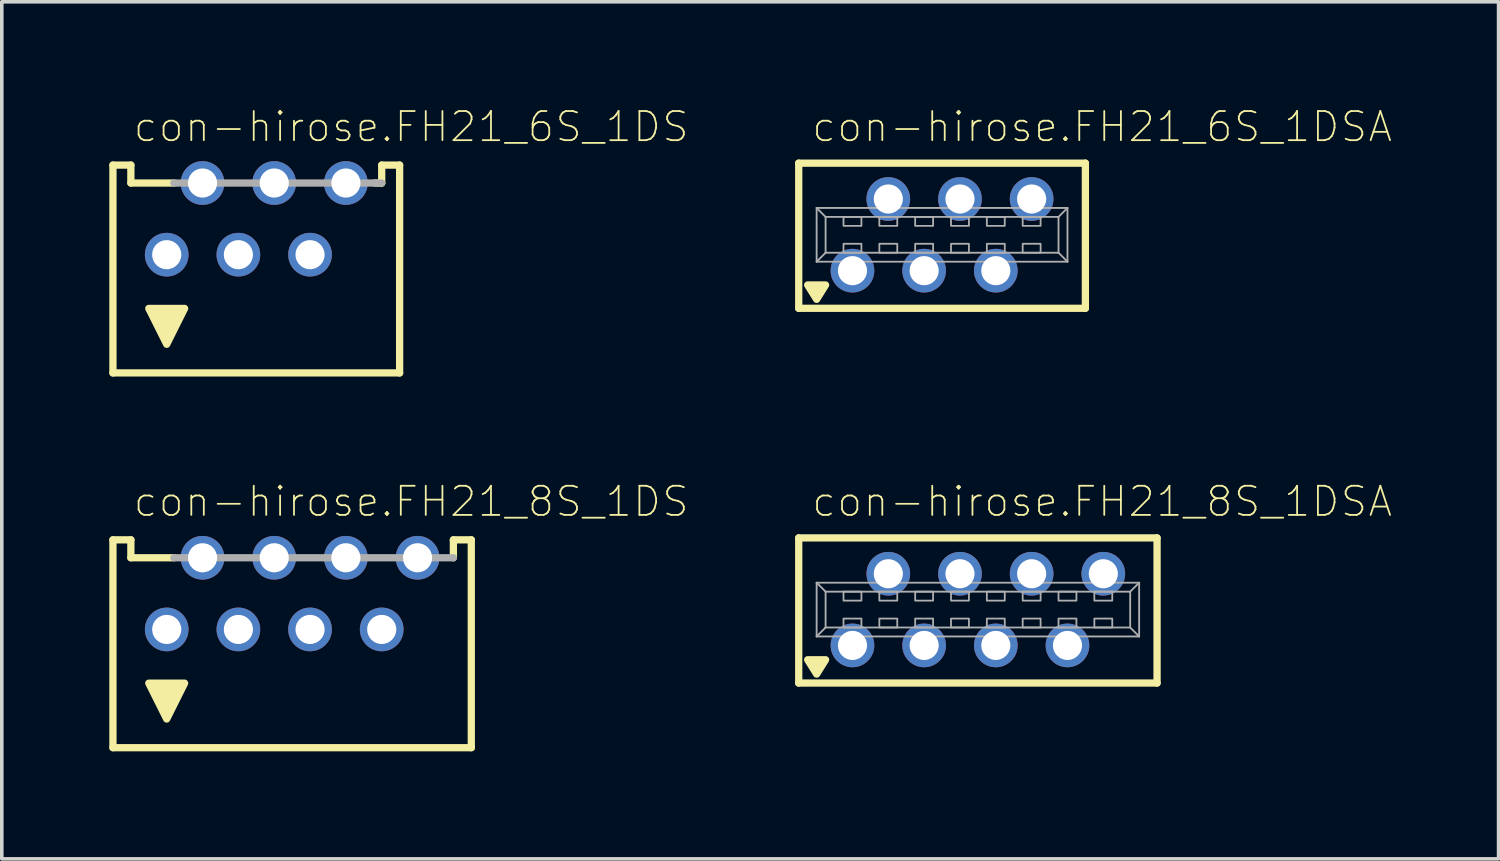
<source format=kicad_pcb>
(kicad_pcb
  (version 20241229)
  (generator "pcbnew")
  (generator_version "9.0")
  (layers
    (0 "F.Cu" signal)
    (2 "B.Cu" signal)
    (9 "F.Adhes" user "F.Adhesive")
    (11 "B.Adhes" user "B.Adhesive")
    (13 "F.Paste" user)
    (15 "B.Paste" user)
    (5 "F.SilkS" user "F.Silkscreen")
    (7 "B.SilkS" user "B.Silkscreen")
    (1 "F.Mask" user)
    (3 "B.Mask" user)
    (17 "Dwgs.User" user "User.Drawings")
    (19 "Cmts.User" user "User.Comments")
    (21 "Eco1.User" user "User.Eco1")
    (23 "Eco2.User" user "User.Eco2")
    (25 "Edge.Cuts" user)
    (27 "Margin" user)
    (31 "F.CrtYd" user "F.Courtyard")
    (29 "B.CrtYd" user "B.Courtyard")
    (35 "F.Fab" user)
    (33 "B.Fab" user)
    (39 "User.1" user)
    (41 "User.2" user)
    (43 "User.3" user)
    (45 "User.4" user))
  (footprint "con-hirose.FH21_6S_1DSA"
    (layer "F.Cu")
    (at 23.239 3.503)
    (property "Reference" "con-hirose.FH21_6S_1DSA" (at -3.675 -2.54 0) (layer "F.SilkS") (effects (font (size 0.813 0.813) (thickness 0.05)) (justify left bottom)))
    (attr through_hole)
    (fp_line (start -4 -2) (end -4 2.05) (stroke (width 0.203) (type default)) (layer "F.SilkS"))
    (fp_line (start -4 2.05) (end 4 2.05) (stroke (width 0.203) (type default)) (layer "F.SilkS"))
    (fp_line (start 4 -2) (end -4 -2) (stroke (width 0.203) (type default)) (layer "F.SilkS"))
    (fp_line (start 4 -2) (end 4 2.05) (stroke (width 0.203) (type default)) (layer "F.SilkS"))
    (fp_poly (pts (xy -3.5 1.8) (xy -3.75 1.4) (xy -3.25 1.4)) (stroke (width 0.203) (type default)) (fill yes) (layer "F.SilkS"))
    (fp_line (start -3.5 -0.75) (end 3.5 -0.75) (stroke (width 0.051) (type default)) (layer "F.Fab"))
    (fp_line (start -3.5 0.75) (end -3.5 -0.75) (stroke (width 0.051) (type default)) (layer "F.Fab"))
    (fp_line (start -3.25 -0.5) (end -3.5 -0.75) (stroke (width 0.051) (type default)) (layer "F.Fab"))
    (fp_line (start -3.25 -0.5) (end 3.25 -0.5) (stroke (width 0.051) (type default)) (layer "F.Fab"))
    (fp_line (start -3.25 0.5) (end -3.5 0.75) (stroke (width 0.051) (type default)) (layer "F.Fab"))
    (fp_line (start -3.25 0.5) (end -3.25 -0.5) (stroke (width 0.051) (type default)) (layer "F.Fab"))
    (fp_line (start 3.25 -0.5) (end 3.25 0.5) (stroke (width 0.051) (type default)) (layer "F.Fab"))
    (fp_line (start 3.25 -0.5) (end 3.5 -0.75) (stroke (width 0.051) (type default)) (layer "F.Fab"))
    (fp_line (start 3.25 0.5) (end -3.25 0.5) (stroke (width 0.051) (type default)) (layer "F.Fab"))
    (fp_line (start 3.25 0.5) (end 3.5 0.75) (stroke (width 0.051) (type default)) (layer "F.Fab"))
    (fp_line (start 3.5 -0.75) (end 3.5 0.75) (stroke (width 0.051) (type default)) (layer "F.Fab"))
    (fp_line (start 3.5 0.75) (end -3.5 0.75) (stroke (width 0.051) (type default)) (layer "F.Fab"))
    (fp_rect (start -2.75 -0.25) (end -2.25 -0.5) (stroke (width 0.05) (type default)) (fill no) (layer "F.Fab"))
    (fp_rect (start -2.75 0.5) (end -2.25 0.25) (stroke (width 0.05) (type default)) (fill no) (layer "F.Fab"))
    (fp_rect (start -1.75 -0.25) (end -1.25 -0.5) (stroke (width 0.05) (type default)) (fill no) (layer "F.Fab"))
    (fp_rect (start -1.75 0.5) (end -1.25 0.25) (stroke (width 0.05) (type default)) (fill no) (layer "F.Fab"))
    (fp_rect (start -0.75 -0.25) (end -0.25 -0.5) (stroke (width 0.05) (type default)) (fill no) (layer "F.Fab"))
    (fp_rect (start -0.75 0.5) (end -0.25 0.25) (stroke (width 0.05) (type default)) (fill no) (layer "F.Fab"))
    (fp_rect (start 0.25 -0.25) (end 0.75 -0.5) (stroke (width 0.05) (type default)) (fill no) (layer "F.Fab"))
    (fp_rect (start 0.25 0.5) (end 0.75 0.25) (stroke (width 0.05) (type default)) (fill no) (layer "F.Fab"))
    (fp_rect (start 1.25 -0.25) (end 1.75 -0.5) (stroke (width 0.05) (type default)) (fill no) (layer "F.Fab"))
    (fp_rect (start 1.25 0.5) (end 1.75 0.25) (stroke (width 0.05) (type default)) (fill no) (layer "F.Fab"))
    (fp_rect (start 2.25 -0.25) (end 2.75 -0.5) (stroke (width 0.05) (type default)) (fill no) (layer "F.Fab"))
    (fp_rect (start 2.25 0.5) (end 2.75 0.25) (stroke (width 0.05) (type default)) (fill no) (layer "F.Fab"))
    (pad "1" thru_hole circle (at -2.5 1) (size 1.219 1.219) (drill 0.813) (layers "*.Cu" "*.Mask"))
    (pad "2" thru_hole circle (at -1.5 -1) (size 1.219 1.219) (drill 0.813) (layers "*.Cu" "*.Mask"))
    (pad "3" thru_hole circle (at -0.5 1) (size 1.219 1.219) (drill 0.813) (layers "*.Cu" "*.Mask"))
    (pad "4" thru_hole circle (at 0.5 -1) (size 1.219 1.219) (drill 0.813) (layers "*.Cu" "*.Mask"))
    (pad "5" thru_hole circle (at 1.5 1) (size 1.219 1.219) (drill 0.813) (layers "*.Cu" "*.Mask"))
    (pad "6" thru_hole circle (at 2.5 -1) (size 1.219 1.219) (drill 0.813) (layers "*.Cu" "*.Mask")))
  (footprint "con-hirose.FH21_8S_1DS"
    (layer "F.Cu")
    (at 5.102 14.515)
    (property "Reference" "con-hirose.FH21_8S_1DS" (at -4.472 -3.094 0) (layer "F.SilkS") (effects (font (size 0.813 0.813) (thickness 0.05)) (justify left bottom)))
    (attr through_hole)
    (fp_line (start -5 -2.5) (end -5 3.3) (stroke (width 0.203) (type default)) (layer "F.SilkS"))
    (fp_line (start -5 3.3) (end 5 3.3) (stroke (width 0.203) (type default)) (layer "F.SilkS"))
    (fp_line (start -4.5 -2.5) (end -5 -2.5) (stroke (width 0.203) (type default)) (layer "F.SilkS"))
    (fp_line (start -4.5 -2) (end -4.5 -2.5) (stroke (width 0.203) (type default)) (layer "F.SilkS"))
    (fp_line (start -4.5 -2) (end -3.3 -2) (stroke (width 0.203) (type default)) (layer "F.SilkS"))
    (fp_line (start 4.5 -2.5) (end 5 -2.5) (stroke (width 0.203) (type default)) (layer "F.SilkS"))
    (fp_line (start 4.5 -2) (end 4.5 -2.5) (stroke (width 0.203) (type default)) (layer "F.SilkS"))
    (fp_line (start 5 -2.5) (end 5 3.3) (stroke (width 0.203) (type default)) (layer "F.SilkS"))
    (fp_poly (pts (xy -3.5 2.5) (xy -4 1.5) (xy -3 1.5)) (stroke (width 0.203) (type default)) (fill yes) (layer "F.SilkS"))
    (fp_line (start -3.3 -2) (end 4.5 -2) (stroke (width 0.203) (type default)) (layer "F.Fab"))
    (pad "1" thru_hole circle (at -3.5 0) (size 1.219 1.219) (drill 0.813) (layers "*.Cu" "*.Mask"))
    (pad "2" thru_hole circle (at -2.5 -2) (size 1.219 1.219) (drill 0.813) (layers "*.Cu" "*.Mask"))
    (pad "3" thru_hole circle (at -1.5 0) (size 1.219 1.219) (drill 0.813) (layers "*.Cu" "*.Mask"))
    (pad "4" thru_hole circle (at -0.5 -2) (size 1.219 1.219) (drill 0.813) (layers "*.Cu" "*.Mask"))
    (pad "5" thru_hole circle (at 0.5 0) (size 1.219 1.219) (drill 0.813) (layers "*.Cu" "*.Mask"))
    (pad "6" thru_hole circle (at 1.5 -2) (size 1.219 1.219) (drill 0.813) (layers "*.Cu" "*.Mask"))
    (pad "7" thru_hole circle (at 2.5 0) (size 1.219 1.219) (drill 0.813) (layers "*.Cu" "*.Mask"))
    (pad "8" thru_hole circle (at 3.5 -2) (size 1.219 1.219) (drill 0.813) (layers "*.Cu" "*.Mask")))
  (footprint "con-hirose.FH21_6S_1DS"
    (layer "F.Cu")
    (at 4.102 4.057)
    (property "Reference" "con-hirose.FH21_6S_1DS" (at -3.472 -3.094 0) (layer "F.SilkS") (effects (font (size 0.813 0.813) (thickness 0.05)) (justify left bottom)))
    (attr through_hole)
    (fp_line (start -4 -2.5) (end -4 3.3) (stroke (width 0.203) (type default)) (layer "F.SilkS"))
    (fp_line (start -4 3.3) (end 4 3.3) (stroke (width 0.203) (type default)) (layer "F.SilkS"))
    (fp_line (start -3.5 -2.5) (end -4 -2.5) (stroke (width 0.203) (type default)) (layer "F.SilkS"))
    (fp_line (start -3.5 -2) (end -3.5 -2.5) (stroke (width 0.203) (type default)) (layer "F.SilkS"))
    (fp_line (start -3.5 -2) (end -2.3 -2) (stroke (width 0.203) (type default)) (layer "F.SilkS"))
    (fp_line (start 3.3 -2) (end 3.5 -2) (stroke (width 0.203) (type default)) (layer "F.SilkS"))
    (fp_line (start 3.5 -2.5) (end 4 -2.5) (stroke (width 0.203) (type default)) (layer "F.SilkS"))
    (fp_line (start 3.5 -2) (end 3.5 -2.5) (stroke (width 0.203) (type default)) (layer "F.SilkS"))
    (fp_line (start 4 -2.5) (end 4 3.3) (stroke (width 0.203) (type default)) (layer "F.SilkS"))
    (fp_poly (pts (xy -2.5 2.5) (xy -3 1.5) (xy -2 1.5)) (stroke (width 0.203) (type default)) (fill yes) (layer "F.SilkS"))
    (fp_line (start -2.3 -2) (end 3.5 -2) (stroke (width 0.203) (type default)) (layer "F.Fab"))
    (pad "1" thru_hole circle (at -2.5 0) (size 1.219 1.219) (drill 0.813) (layers "*.Cu" "*.Mask"))
    (pad "2" thru_hole circle (at -1.5 -2) (size 1.219 1.219) (drill 0.813) (layers "*.Cu" "*.Mask"))
    (pad "3" thru_hole circle (at -0.5 0) (size 1.219 1.219) (drill 0.813) (layers "*.Cu" "*.Mask"))
    (pad "4" thru_hole circle (at 0.5 -2) (size 1.219 1.219) (drill 0.813) (layers "*.Cu" "*.Mask"))
    (pad "5" thru_hole circle (at 1.5 0) (size 1.219 1.219) (drill 0.813) (layers "*.Cu" "*.Mask"))
    (pad "6" thru_hole circle (at 2.5 -2) (size 1.219 1.219) (drill 0.813) (layers "*.Cu" "*.Mask")))
  (footprint "con-hirose.FH21_8S_1DSA"
    (layer "F.Cu")
    (at 24.239 13.961)
    (property "Reference" "con-hirose.FH21_8S_1DSA" (at -4.675 -2.54 0) (layer "F.SilkS") (effects (font (size 0.813 0.813) (thickness 0.05)) (justify left bottom)))
    (attr through_hole)
    (fp_line (start -5 -2) (end -5 2.05) (stroke (width 0.203) (type default)) (layer "F.SilkS"))
    (fp_line (start -5 2.05) (end 5 2.05) (stroke (width 0.203) (type default)) (layer "F.SilkS"))
    (fp_line (start 5 -2) (end -5 -2) (stroke (width 0.203) (type default)) (layer "F.SilkS"))
    (fp_line (start 5 -2) (end 5 2.05) (stroke (width 0.203) (type default)) (layer "F.SilkS"))
    (fp_poly (pts (xy -4.5 1.8) (xy -4.75 1.4) (xy -4.25 1.4)) (stroke (width 0.203) (type default)) (fill yes) (layer "F.SilkS"))
    (fp_line (start -4.5 -0.75) (end 4.5 -0.75) (stroke (width 0.051) (type default)) (layer "F.Fab"))
    (fp_line (start -4.5 0.75) (end -4.5 -0.75) (stroke (width 0.051) (type default)) (layer "F.Fab"))
    (fp_line (start -4.25 -0.5) (end -4.5 -0.75) (stroke (width 0.051) (type default)) (layer "F.Fab"))
    (fp_line (start -4.25 -0.5) (end 4.25 -0.5) (stroke (width 0.051) (type default)) (layer "F.Fab"))
    (fp_line (start -4.25 0.5) (end -4.5 0.75) (stroke (width 0.051) (type default)) (layer "F.Fab"))
    (fp_line (start -4.25 0.5) (end -4.25 -0.5) (stroke (width 0.051) (type default)) (layer "F.Fab"))
    (fp_line (start 4.25 -0.5) (end 4.25 0.5) (stroke (width 0.051) (type default)) (layer "F.Fab"))
    (fp_line (start 4.25 -0.5) (end 4.5 -0.75) (stroke (width 0.051) (type default)) (layer "F.Fab"))
    (fp_line (start 4.25 0.5) (end -4.25 0.5) (stroke (width 0.051) (type default)) (layer "F.Fab"))
    (fp_line (start 4.25 0.5) (end 4.5 0.75) (stroke (width 0.051) (type default)) (layer "F.Fab"))
    (fp_line (start 4.5 -0.75) (end 4.5 0.75) (stroke (width 0.051) (type default)) (layer "F.Fab"))
    (fp_line (start 4.5 0.75) (end -4.5 0.75) (stroke (width 0.051) (type default)) (layer "F.Fab"))
    (fp_rect (start -3.75 -0.25) (end -3.25 -0.5) (stroke (width 0.05) (type default)) (fill no) (layer "F.Fab"))
    (fp_rect (start -3.75 0.5) (end -3.25 0.25) (stroke (width 0.05) (type default)) (fill no) (layer "F.Fab"))
    (fp_rect (start -2.75 -0.25) (end -2.25 -0.5) (stroke (width 0.05) (type default)) (fill no) (layer "F.Fab"))
    (fp_rect (start -2.75 0.5) (end -2.25 0.25) (stroke (width 0.05) (type default)) (fill no) (layer "F.Fab"))
    (fp_rect (start -1.75 -0.25) (end -1.25 -0.5) (stroke (width 0.05) (type default)) (fill no) (layer "F.Fab"))
    (fp_rect (start -1.75 0.5) (end -1.25 0.25) (stroke (width 0.05) (type default)) (fill no) (layer "F.Fab"))
    (fp_rect (start -0.75 -0.25) (end -0.25 -0.5) (stroke (width 0.05) (type default)) (fill no) (layer "F.Fab"))
    (fp_rect (start -0.75 0.5) (end -0.25 0.25) (stroke (width 0.05) (type default)) (fill no) (layer "F.Fab"))
    (fp_rect (start 0.25 -0.25) (end 0.75 -0.5) (stroke (width 0.05) (type default)) (fill no) (layer "F.Fab"))
    (fp_rect (start 0.25 0.5) (end 0.75 0.25) (stroke (width 0.05) (type default)) (fill no) (layer "F.Fab"))
    (fp_rect (start 1.25 -0.25) (end 1.75 -0.5) (stroke (width 0.05) (type default)) (fill no) (layer "F.Fab"))
    (fp_rect (start 1.25 0.5) (end 1.75 0.25) (stroke (width 0.05) (type default)) (fill no) (layer "F.Fab"))
    (fp_rect (start 2.25 -0.25) (end 2.75 -0.5) (stroke (width 0.05) (type default)) (fill no) (layer "F.Fab"))
    (fp_rect (start 2.25 0.5) (end 2.75 0.25) (stroke (width 0.05) (type default)) (fill no) (layer "F.Fab"))
    (fp_rect (start 3.25 -0.25) (end 3.75 -0.5) (stroke (width 0.05) (type default)) (fill no) (layer "F.Fab"))
    (fp_rect (start 3.25 0.5) (end 3.75 0.25) (stroke (width 0.05) (type default)) (fill no) (layer "F.Fab"))
    (pad "1" thru_hole circle (at -3.5 1) (size 1.219 1.219) (drill 0.813) (layers "*.Cu" "*.Mask"))
    (pad "2" thru_hole circle (at -2.5 -1) (size 1.219 1.219) (drill 0.813) (layers "*.Cu" "*.Mask"))
    (pad "3" thru_hole circle (at -1.5 1) (size 1.219 1.219) (drill 0.813) (layers "*.Cu" "*.Mask"))
    (pad "4" thru_hole circle (at -0.5 -1) (size 1.219 1.219) (drill 0.813) (layers "*.Cu" "*.Mask"))
    (pad "5" thru_hole circle (at 0.5 1) (size 1.219 1.219) (drill 0.813) (layers "*.Cu" "*.Mask"))
    (pad "6" thru_hole circle (at 1.5 -1) (size 1.219 1.219) (drill 0.813) (layers "*.Cu" "*.Mask"))
    (pad "7" thru_hole circle (at 2.5 1) (size 1.219 1.219) (drill 0.813) (layers "*.Cu" "*.Mask"))
    (pad "8" thru_hole circle (at 3.5 -1) (size 1.219 1.219) (drill 0.813) (layers "*.Cu" "*.Mask")))
  (gr_rect
    (start -3 -3)
    (end 38.769 20.917)
    (stroke (width 0.1) (type default))
    (fill no)
    (layer "Edge.Cuts")))
</source>
